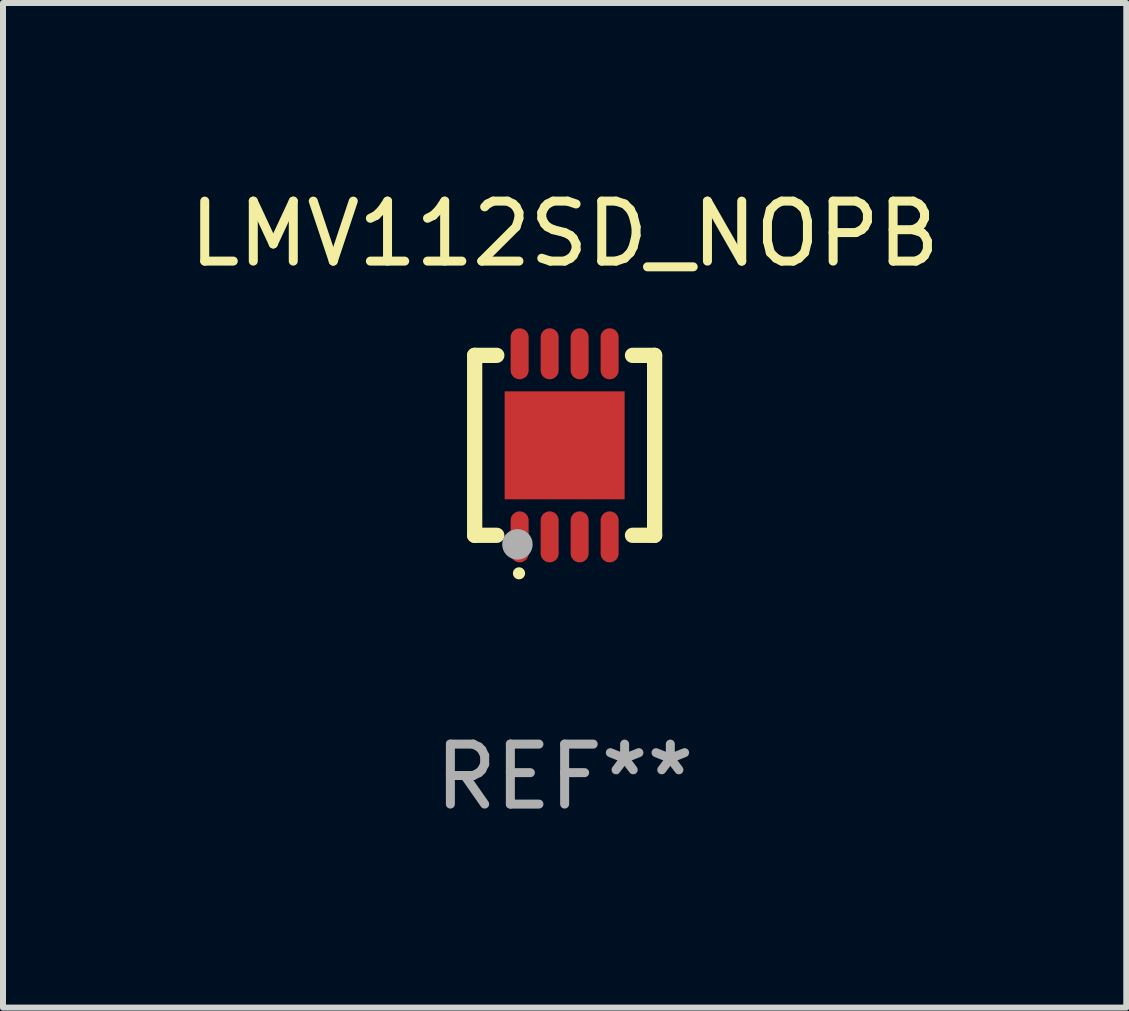
<source format=kicad_pcb>
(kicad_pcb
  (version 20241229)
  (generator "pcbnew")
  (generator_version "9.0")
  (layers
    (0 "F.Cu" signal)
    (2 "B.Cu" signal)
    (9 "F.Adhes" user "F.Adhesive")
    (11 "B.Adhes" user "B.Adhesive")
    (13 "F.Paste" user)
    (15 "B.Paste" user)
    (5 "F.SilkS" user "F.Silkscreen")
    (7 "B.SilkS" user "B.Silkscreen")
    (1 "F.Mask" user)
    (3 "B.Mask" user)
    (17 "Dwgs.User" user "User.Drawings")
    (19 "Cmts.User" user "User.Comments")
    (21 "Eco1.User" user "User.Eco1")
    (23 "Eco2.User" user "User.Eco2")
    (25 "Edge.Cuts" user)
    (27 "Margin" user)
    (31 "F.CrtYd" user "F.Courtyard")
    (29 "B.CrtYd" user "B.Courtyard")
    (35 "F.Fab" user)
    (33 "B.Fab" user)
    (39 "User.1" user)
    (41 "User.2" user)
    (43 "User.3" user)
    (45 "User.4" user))
  (footprint "LMV112SD_NOPB"
    (layer "F.Cu")
    (at 6.363 4.374)
    (property "Reference" "LMV112SD_NOPB" (at 0 -3.526 0) (layer "F.SilkS") (effects (font (size 1 1) (thickness 0.15))))
    (attr through_hole)
    (fp_line (start -1.5 -1.5) (end -1.131 -1.5) (stroke (width 0.254) (type solid)) (layer "F.SilkS"))
    (fp_line (start -1.5 1.5) (end -1.5 -1.5) (stroke (width 0.254) (type solid)) (layer "F.SilkS"))
    (fp_line (start -1.5 1.5) (end -1.131 1.5) (stroke (width 0.254) (type solid)) (layer "F.SilkS"))
    (fp_line (start 1.131 -1.5) (end 1.5 -1.5) (stroke (width 0.254) (type solid)) (layer "F.SilkS"))
    (fp_line (start 1.131 1.5) (end 1.5 1.5) (stroke (width 0.254) (type solid)) (layer "F.SilkS"))
    (fp_line (start 1.5 -1.5) (end 1.5 1.5) (stroke (width 0.254) (type solid)) (layer "F.SilkS"))
    (fp_arc (start -0.762002 2.133642) (mid -0.760732 2.133634) (end -0.759462 2.133642) (stroke (width 0.2) (type solid)) (layer "F.SilkS"))
    (fp_circle (center -1.5 1.5) (end -1.47 1.5) (stroke (width 0.06) (type solid)) (fill no) (layer "F.SilkS"))
    (fp_circle (center -0.787 1.651) (end -0.66 1.651) (stroke (width 0.254) (type solid)) (fill no) (layer "F.Fab"))
    (fp_text user "REF**" (at 0 5.526 0) (layer "F.Fab") (effects (font (size 1 1) (thickness 0.15))))
    (pad "1" smd oval (at -0.75 1.526) (size 0.3 0.85) (layers "F.Cu" "F.Mask" "F.Paste"))
    (pad "2" smd oval (at -0.25 1.526) (size 0.3 0.85) (layers "F.Cu" "F.Mask" "F.Paste"))
    (pad "3" smd oval (at 0.25 1.526) (size 0.3 0.85) (layers "F.Cu" "F.Mask" "F.Paste"))
    (pad "4" smd oval (at 0.75 1.526) (size 0.3 0.85) (layers "F.Cu" "F.Mask" "F.Paste"))
    (pad "5" smd oval (at 0.75 -1.526 180) (size 0.3 0.85) (layers "F.Cu" "F.Mask" "F.Paste"))
    (pad "6" smd oval (at 0.25 -1.526 180) (size 0.3 0.85) (layers "F.Cu" "F.Mask" "F.Paste"))
    (pad "7" smd oval (at -0.25 -1.526 180) (size 0.3 0.85) (layers "F.Cu" "F.Mask" "F.Paste"))
    (pad "8" smd oval (at -0.75 -1.526 180) (size 0.3 0.85) (layers "F.Cu" "F.Mask" "F.Paste"))
    (pad "9" smd rect (at 0.000051 -0.000013) (size 2 1.8) (layers "F.Cu" "F.Mask" "F.Paste")))
  (gr_rect
    (start -3 -3)
    (end 15.726 13.748)
    (stroke (width 0.1) (type default))
    (fill no)
    (layer "Edge.Cuts")))
</source>
